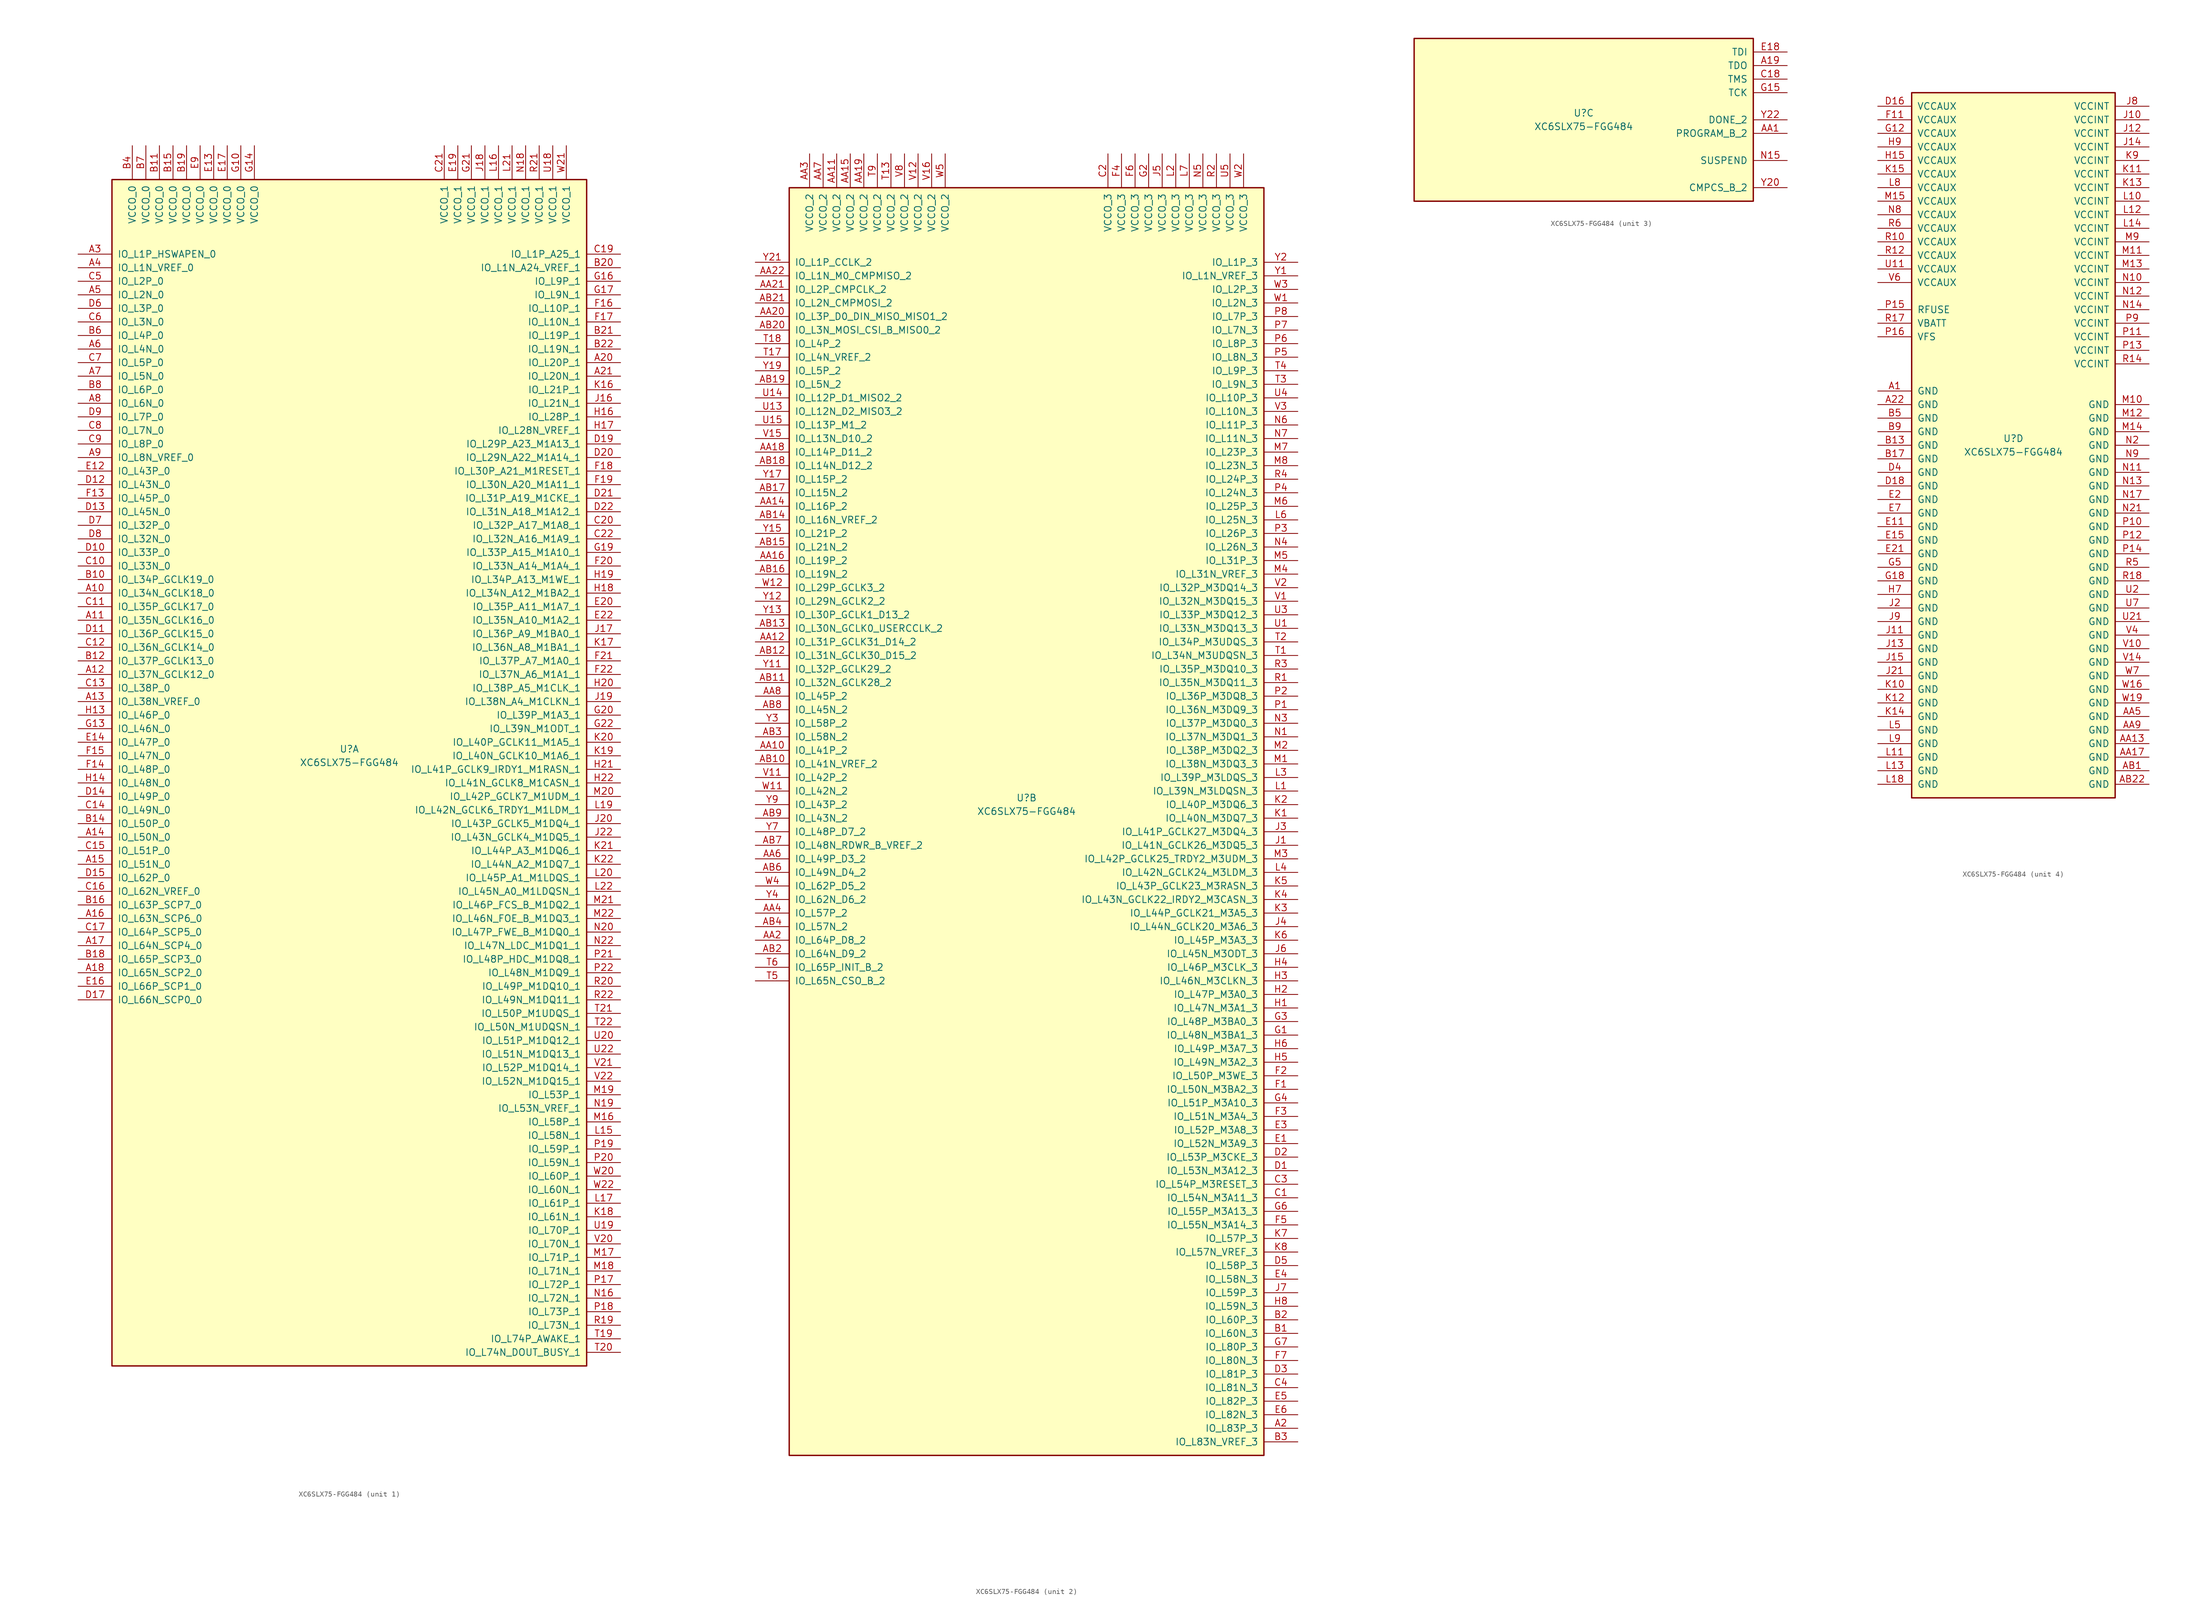
<source format=kicad_sym>
(kicad_symbol_lib
  (version 20201005)
  (generator kicad_symbol_editor)
  (symbol "XC6SLX75-FGG484"
    (pin_names
      (offset 1.016))
    (property "Reference" "U"
      (at 0 1.27 0)
      (effects (font (size 1.27 1.27))))
    (property "Value" "XC6SLX75-FGG484"
      (at 0 -1.27 0)
      (effects (font (size 1.27 1.27))))
    (property "Datasheet" ""
      (at 0 0 0)
      (effects (font (size 1.27 1.27))))
    (property "ki_locked" ""
      (at 0 0 0)
      (effects (font (size 1.27 1.27))))
    (symbol "XC6SLX75-FGG484_1_1"
      (rectangle (start -44.45 107.95) (end 44.45 -114.3) (stroke (width 0.254)) (fill (type background)))
      (pin power_in line (at -40.64 114.3 270) (length 6.35) (name "VCCO_0" (effects (font (size 1.27 1.27)))) (number "B4" (effects (font (size 1.27 1.27)))))
      (pin power_in line (at -38.1 114.3 270) (length 6.35) (name "VCCO_0" (effects (font (size 1.27 1.27)))) (number "B7" (effects (font (size 1.27 1.27)))))
      (pin power_in line (at -35.56 114.3 270) (length 6.35) (name "VCCO_0" (effects (font (size 1.27 1.27)))) (number "B11" (effects (font (size 1.27 1.27)))))
      (pin power_in line (at -33.02 114.3 270) (length 6.35) (name "VCCO_0" (effects (font (size 1.27 1.27)))) (number "B15" (effects (font (size 1.27 1.27)))))
      (pin power_in line (at -30.48 114.3 270) (length 6.35) (name "VCCO_0" (effects (font (size 1.27 1.27)))) (number "B19" (effects (font (size 1.27 1.27)))))
      (pin power_in line (at -27.94 114.3 270) (length 6.35) (name "VCCO_0" (effects (font (size 1.27 1.27)))) (number "E9" (effects (font (size 1.27 1.27)))))
      (pin power_in line (at -25.4 114.3 270) (length 6.35) (name "VCCO_0" (effects (font (size 1.27 1.27)))) (number "E13" (effects (font (size 1.27 1.27)))))
      (pin power_in line (at -22.86 114.3 270) (length 6.35) (name "VCCO_0" (effects (font (size 1.27 1.27)))) (number "E17" (effects (font (size 1.27 1.27)))))
      (pin power_in line (at -20.32 114.3 270) (length 6.35) (name "VCCO_0" (effects (font (size 1.27 1.27)))) (number "G10" (effects (font (size 1.27 1.27)))))
      (pin power_in line (at -17.78 114.3 270) (length 6.35) (name "VCCO_0" (effects (font (size 1.27 1.27)))) (number "G14" (effects (font (size 1.27 1.27)))))
      (pin bidirectional line (at -50.8 93.98 0) (length 6.35) (name "IO_L1P_HSWAPEN_0" (effects (font (size 1.27 1.27)))) (number "A3" (effects (font (size 1.27 1.27)))))
      (pin bidirectional line (at -50.8 91.44 0) (length 6.35) (name "IO_L1N_VREF_0" (effects (font (size 1.27 1.27)))) (number "A4" (effects (font (size 1.27 1.27)))))
      (pin bidirectional line (at -50.8 88.9 0) (length 6.35) (name "IO_L2P_0" (effects (font (size 1.27 1.27)))) (number "C5" (effects (font (size 1.27 1.27)))))
      (pin bidirectional line (at -50.8 86.36 0) (length 6.35) (name "IO_L2N_0" (effects (font (size 1.27 1.27)))) (number "A5" (effects (font (size 1.27 1.27)))))
      (pin bidirectional line (at -50.8 83.82 0) (length 6.35) (name "IO_L3P_0" (effects (font (size 1.27 1.27)))) (number "D6" (effects (font (size 1.27 1.27)))))
      (pin bidirectional line (at -50.8 81.28 0) (length 6.35) (name "IO_L3N_0" (effects (font (size 1.27 1.27)))) (number "C6" (effects (font (size 1.27 1.27)))))
      (pin bidirectional line (at -50.8 78.74 0) (length 6.35) (name "IO_L4P_0" (effects (font (size 1.27 1.27)))) (number "B6" (effects (font (size 1.27 1.27)))))
      (pin bidirectional line (at -50.8 76.2 0) (length 6.35) (name "IO_L4N_0" (effects (font (size 1.27 1.27)))) (number "A6" (effects (font (size 1.27 1.27)))))
      (pin bidirectional line (at -50.8 73.66 0) (length 6.35) (name "IO_L5P_0" (effects (font (size 1.27 1.27)))) (number "C7" (effects (font (size 1.27 1.27)))))
      (pin bidirectional line (at -50.8 71.12 0) (length 6.35) (name "IO_L5N_0" (effects (font (size 1.27 1.27)))) (number "A7" (effects (font (size 1.27 1.27)))))
      (pin bidirectional line (at -50.8 68.58 0) (length 6.35) (name "IO_L6P_0" (effects (font (size 1.27 1.27)))) (number "B8" (effects (font (size 1.27 1.27)))))
      (pin bidirectional line (at -50.8 66.04 0) (length 6.35) (name "IO_L6N_0" (effects (font (size 1.27 1.27)))) (number "A8" (effects (font (size 1.27 1.27)))))
      (pin bidirectional line (at -50.8 63.5 0) (length 6.35) (name "IO_L7P_0" (effects (font (size 1.27 1.27)))) (number "D9" (effects (font (size 1.27 1.27)))))
      (pin bidirectional line (at -50.8 60.96 0) (length 6.35) (name "IO_L7N_0" (effects (font (size 1.27 1.27)))) (number "C8" (effects (font (size 1.27 1.27)))))
      (pin bidirectional line (at -50.8 58.42 0) (length 6.35) (name "IO_L8P_0" (effects (font (size 1.27 1.27)))) (number "C9" (effects (font (size 1.27 1.27)))))
      (pin bidirectional line (at -50.8 55.88 0) (length 6.35) (name "IO_L8N_VREF_0" (effects (font (size 1.27 1.27)))) (number "A9" (effects (font (size 1.27 1.27)))))
      (pin bidirectional line (at -50.8 53.34 0) (length 6.35) (name "IO_L43P_0" (effects (font (size 1.27 1.27)))) (number "E12" (effects (font (size 1.27 1.27)))))
      (pin bidirectional line (at -50.8 50.8 0) (length 6.35) (name "IO_L43N_0" (effects (font (size 1.27 1.27)))) (number "D12" (effects (font (size 1.27 1.27)))))
      (pin bidirectional line (at -50.8 48.26 0) (length 6.35) (name "IO_L45P_0" (effects (font (size 1.27 1.27)))) (number "F13" (effects (font (size 1.27 1.27)))))
      (pin bidirectional line (at -50.8 45.72 0) (length 6.35) (name "IO_L45N_0" (effects (font (size 1.27 1.27)))) (number "D13" (effects (font (size 1.27 1.27)))))
      (pin bidirectional line (at -50.8 43.18 0) (length 6.35) (name "IO_L32P_0" (effects (font (size 1.27 1.27)))) (number "D7" (effects (font (size 1.27 1.27)))))
      (pin bidirectional line (at -50.8 40.64 0) (length 6.35) (name "IO_L32N_0" (effects (font (size 1.27 1.27)))) (number "D8" (effects (font (size 1.27 1.27)))))
      (pin bidirectional line (at -50.8 38.1 0) (length 6.35) (name "IO_L33P_0" (effects (font (size 1.27 1.27)))) (number "D10" (effects (font (size 1.27 1.27)))))
      (pin bidirectional line (at -50.8 35.56 0) (length 6.35) (name "IO_L33N_0" (effects (font (size 1.27 1.27)))) (number "C10" (effects (font (size 1.27 1.27)))))
      (pin bidirectional line (at -50.8 33.02 0) (length 6.35) (name "IO_L34P_GCLK19_0" (effects (font (size 1.27 1.27)))) (number "B10" (effects (font (size 1.27 1.27)))))
      (pin bidirectional line (at -50.8 30.48 0) (length 6.35) (name "IO_L34N_GCLK18_0" (effects (font (size 1.27 1.27)))) (number "A10" (effects (font (size 1.27 1.27)))))
      (pin bidirectional line (at -50.8 27.94 0) (length 6.35) (name "IO_L35P_GCLK17_0" (effects (font (size 1.27 1.27)))) (number "C11" (effects (font (size 1.27 1.27)))))
      (pin bidirectional line (at -50.8 25.4 0) (length 6.35) (name "IO_L35N_GCLK16_0" (effects (font (size 1.27 1.27)))) (number "A11" (effects (font (size 1.27 1.27)))))
      (pin bidirectional line (at -50.8 22.86 0) (length 6.35) (name "IO_L36P_GCLK15_0" (effects (font (size 1.27 1.27)))) (number "D11" (effects (font (size 1.27 1.27)))))
      (pin bidirectional line (at -50.8 20.32 0) (length 6.35) (name "IO_L36N_GCLK14_0" (effects (font (size 1.27 1.27)))) (number "C12" (effects (font (size 1.27 1.27)))))
      (pin bidirectional line (at -50.8 17.78 0) (length 6.35) (name "IO_L37P_GCLK13_0" (effects (font (size 1.27 1.27)))) (number "B12" (effects (font (size 1.27 1.27)))))
      (pin bidirectional line (at -50.8 15.24 0) (length 6.35) (name "IO_L37N_GCLK12_0" (effects (font (size 1.27 1.27)))) (number "A12" (effects (font (size 1.27 1.27)))))
      (pin bidirectional line (at -50.8 12.7 0) (length 6.35) (name "IO_L38P_0" (effects (font (size 1.27 1.27)))) (number "C13" (effects (font (size 1.27 1.27)))))
      (pin bidirectional line (at -50.8 10.16 0) (length 6.35) (name "IO_L38N_VREF_0" (effects (font (size 1.27 1.27)))) (number "A13" (effects (font (size 1.27 1.27)))))
      (pin bidirectional line (at -50.8 7.62 0) (length 6.35) (name "IO_L46P_0" (effects (font (size 1.27 1.27)))) (number "H13" (effects (font (size 1.27 1.27)))))
      (pin bidirectional line (at -50.8 5.08 0) (length 6.35) (name "IO_L46N_0" (effects (font (size 1.27 1.27)))) (number "G13" (effects (font (size 1.27 1.27)))))
      (pin bidirectional line (at -50.8 2.54 0) (length 6.35) (name "IO_L47P_0" (effects (font (size 1.27 1.27)))) (number "E14" (effects (font (size 1.27 1.27)))))
      (pin bidirectional line (at -50.8 0 0) (length 6.35) (name "IO_L47N_0" (effects (font (size 1.27 1.27)))) (number "F15" (effects (font (size 1.27 1.27)))))
      (pin bidirectional line (at -50.8 -2.54 0) (length 6.35) (name "IO_L48P_0" (effects (font (size 1.27 1.27)))) (number "F14" (effects (font (size 1.27 1.27)))))
      (pin bidirectional line (at -50.8 -5.08 0) (length 6.35) (name "IO_L48N_0" (effects (font (size 1.27 1.27)))) (number "H14" (effects (font (size 1.27 1.27)))))
      (pin bidirectional line (at -50.8 -7.62 0) (length 6.35) (name "IO_L49P_0" (effects (font (size 1.27 1.27)))) (number "D14" (effects (font (size 1.27 1.27)))))
      (pin bidirectional line (at -50.8 -10.16 0) (length 6.35) (name "IO_L49N_0" (effects (font (size 1.27 1.27)))) (number "C14" (effects (font (size 1.27 1.27)))))
      (pin bidirectional line (at -50.8 -12.7 0) (length 6.35) (name "IO_L50P_0" (effects (font (size 1.27 1.27)))) (number "B14" (effects (font (size 1.27 1.27)))))
      (pin bidirectional line (at -50.8 -15.24 0) (length 6.35) (name "IO_L50N_0" (effects (font (size 1.27 1.27)))) (number "A14" (effects (font (size 1.27 1.27)))))
      (pin bidirectional line (at -50.8 -17.78 0) (length 6.35) (name "IO_L51P_0" (effects (font (size 1.27 1.27)))) (number "C15" (effects (font (size 1.27 1.27)))))
      (pin bidirectional line (at -50.8 -20.32 0) (length 6.35) (name "IO_L51N_0" (effects (font (size 1.27 1.27)))) (number "A15" (effects (font (size 1.27 1.27)))))
      (pin bidirectional line (at -50.8 -22.86 0) (length 6.35) (name "IO_L62P_0" (effects (font (size 1.27 1.27)))) (number "D15" (effects (font (size 1.27 1.27)))))
      (pin bidirectional line (at -50.8 -25.4 0) (length 6.35) (name "IO_L62N_VREF_0" (effects (font (size 1.27 1.27)))) (number "C16" (effects (font (size 1.27 1.27)))))
      (pin bidirectional line (at -50.8 -27.94 0) (length 6.35) (name "IO_L63P_SCP7_0" (effects (font (size 1.27 1.27)))) (number "B16" (effects (font (size 1.27 1.27)))))
      (pin bidirectional line (at -50.8 -30.48 0) (length 6.35) (name "IO_L63N_SCP6_0" (effects (font (size 1.27 1.27)))) (number "A16" (effects (font (size 1.27 1.27)))))
      (pin bidirectional line (at -50.8 -33.02 0) (length 6.35) (name "IO_L64P_SCP5_0" (effects (font (size 1.27 1.27)))) (number "C17" (effects (font (size 1.27 1.27)))))
      (pin bidirectional line (at -50.8 -35.56 0) (length 6.35) (name "IO_L64N_SCP4_0" (effects (font (size 1.27 1.27)))) (number "A17" (effects (font (size 1.27 1.27)))))
      (pin bidirectional line (at -50.8 -38.1 0) (length 6.35) (name "IO_L65P_SCP3_0" (effects (font (size 1.27 1.27)))) (number "B18" (effects (font (size 1.27 1.27)))))
      (pin bidirectional line (at -50.8 -40.64 0) (length 6.35) (name "IO_L65N_SCP2_0" (effects (font (size 1.27 1.27)))) (number "A18" (effects (font (size 1.27 1.27)))))
      (pin bidirectional line (at -50.8 -43.18 0) (length 6.35) (name "IO_L66P_SCP1_0" (effects (font (size 1.27 1.27)))) (number "E16" (effects (font (size 1.27 1.27)))))
      (pin bidirectional line (at -50.8 -45.72 0) (length 6.35) (name "IO_L66N_SCP0_0" (effects (font (size 1.27 1.27)))) (number "D17" (effects (font (size 1.27 1.27)))))
      (pin power_in line (at 17.78 114.3 270) (length 6.35) (name "VCCO_1" (effects (font (size 1.27 1.27)))) (number "C21" (effects (font (size 1.27 1.27)))))
      (pin power_in line (at 20.32 114.3 270) (length 6.35) (name "VCCO_1" (effects (font (size 1.27 1.27)))) (number "E19" (effects (font (size 1.27 1.27)))))
      (pin power_in line (at 22.86 114.3 270) (length 6.35) (name "VCCO_1" (effects (font (size 1.27 1.27)))) (number "G21" (effects (font (size 1.27 1.27)))))
      (pin power_in line (at 25.4 114.3 270) (length 6.35) (name "VCCO_1" (effects (font (size 1.27 1.27)))) (number "J18" (effects (font (size 1.27 1.27)))))
      (pin power_in line (at 27.94 114.3 270) (length 6.35) (name "VCCO_1" (effects (font (size 1.27 1.27)))) (number "L16" (effects (font (size 1.27 1.27)))))
      (pin power_in line (at 30.48 114.3 270) (length 6.35) (name "VCCO_1" (effects (font (size 1.27 1.27)))) (number "L21" (effects (font (size 1.27 1.27)))))
      (pin power_in line (at 33.02 114.3 270) (length 6.35) (name "VCCO_1" (effects (font (size 1.27 1.27)))) (number "N18" (effects (font (size 1.27 1.27)))))
      (pin power_in line (at 35.56 114.3 270) (length 6.35) (name "VCCO_1" (effects (font (size 1.27 1.27)))) (number "R21" (effects (font (size 1.27 1.27)))))
      (pin power_in line (at 38.1 114.3 270) (length 6.35) (name "VCCO_1" (effects (font (size 1.27 1.27)))) (number "U18" (effects (font (size 1.27 1.27)))))
      (pin power_in line (at 40.64 114.3 270) (length 6.35) (name "VCCO_1" (effects (font (size 1.27 1.27)))) (number "W21" (effects (font (size 1.27 1.27)))))
      (pin bidirectional line (at 50.8 93.98 180) (length 6.35) (name "IO_L1P_A25_1" (effects (font (size 1.27 1.27)))) (number "C19" (effects (font (size 1.27 1.27)))))
      (pin bidirectional line (at 50.8 91.44 180) (length 6.35) (name "IO_L1N_A24_VREF_1" (effects (font (size 1.27 1.27)))) (number "B20" (effects (font (size 1.27 1.27)))))
      (pin bidirectional line (at 50.8 88.9 180) (length 6.35) (name "IO_L9P_1" (effects (font (size 1.27 1.27)))) (number "G16" (effects (font (size 1.27 1.27)))))
      (pin bidirectional line (at 50.8 86.36 180) (length 6.35) (name "IO_L9N_1" (effects (font (size 1.27 1.27)))) (number "G17" (effects (font (size 1.27 1.27)))))
      (pin bidirectional line (at 50.8 83.82 180) (length 6.35) (name "IO_L10P_1" (effects (font (size 1.27 1.27)))) (number "F16" (effects (font (size 1.27 1.27)))))
      (pin bidirectional line (at 50.8 81.28 180) (length 6.35) (name "IO_L10N_1" (effects (font (size 1.27 1.27)))) (number "F17" (effects (font (size 1.27 1.27)))))
      (pin bidirectional line (at 50.8 78.74 180) (length 6.35) (name "IO_L19P_1" (effects (font (size 1.27 1.27)))) (number "B21" (effects (font (size 1.27 1.27)))))
      (pin bidirectional line (at 50.8 76.2 180) (length 6.35) (name "IO_L19N_1" (effects (font (size 1.27 1.27)))) (number "B22" (effects (font (size 1.27 1.27)))))
      (pin bidirectional line (at 50.8 73.66 180) (length 6.35) (name "IO_L20P_1" (effects (font (size 1.27 1.27)))) (number "A20" (effects (font (size 1.27 1.27)))))
      (pin bidirectional line (at 50.8 71.12 180) (length 6.35) (name "IO_L20N_1" (effects (font (size 1.27 1.27)))) (number "A21" (effects (font (size 1.27 1.27)))))
      (pin bidirectional line (at 50.8 68.58 180) (length 6.35) (name "IO_L21P_1" (effects (font (size 1.27 1.27)))) (number "K16" (effects (font (size 1.27 1.27)))))
      (pin bidirectional line (at 50.8 66.04 180) (length 6.35) (name "IO_L21N_1" (effects (font (size 1.27 1.27)))) (number "J16" (effects (font (size 1.27 1.27)))))
      (pin bidirectional line (at 50.8 63.5 180) (length 6.35) (name "IO_L28P_1" (effects (font (size 1.27 1.27)))) (number "H16" (effects (font (size 1.27 1.27)))))
      (pin bidirectional line (at 50.8 60.96 180) (length 6.35) (name "IO_L28N_VREF_1" (effects (font (size 1.27 1.27)))) (number "H17" (effects (font (size 1.27 1.27)))))
      (pin bidirectional line (at 50.8 58.42 180) (length 6.35) (name "IO_L29P_A23_M1A13_1" (effects (font (size 1.27 1.27)))) (number "D19" (effects (font (size 1.27 1.27)))))
      (pin bidirectional line (at 50.8 55.88 180) (length 6.35) (name "IO_L29N_A22_M1A14_1" (effects (font (size 1.27 1.27)))) (number "D20" (effects (font (size 1.27 1.27)))))
      (pin bidirectional line (at 50.8 53.34 180) (length 6.35) (name "IO_L30P_A21_M1RESET_1" (effects (font (size 1.27 1.27)))) (number "F18" (effects (font (size 1.27 1.27)))))
      (pin bidirectional line (at 50.8 50.8 180) (length 6.35) (name "IO_L30N_A20_M1A11_1" (effects (font (size 1.27 1.27)))) (number "F19" (effects (font (size 1.27 1.27)))))
      (pin bidirectional line (at 50.8 48.26 180) (length 6.35) (name "IO_L31P_A19_M1CKE_1" (effects (font (size 1.27 1.27)))) (number "D21" (effects (font (size 1.27 1.27)))))
      (pin bidirectional line (at 50.8 45.72 180) (length 6.35) (name "IO_L31N_A18_M1A12_1" (effects (font (size 1.27 1.27)))) (number "D22" (effects (font (size 1.27 1.27)))))
      (pin bidirectional line (at 50.8 43.18 180) (length 6.35) (name "IO_L32P_A17_M1A8_1" (effects (font (size 1.27 1.27)))) (number "C20" (effects (font (size 1.27 1.27)))))
      (pin bidirectional line (at 50.8 40.64 180) (length 6.35) (name "IO_L32N_A16_M1A9_1" (effects (font (size 1.27 1.27)))) (number "C22" (effects (font (size 1.27 1.27)))))
      (pin bidirectional line (at 50.8 38.1 180) (length 6.35) (name "IO_L33P_A15_M1A10_1" (effects (font (size 1.27 1.27)))) (number "G19" (effects (font (size 1.27 1.27)))))
      (pin bidirectional line (at 50.8 35.56 180) (length 6.35) (name "IO_L33N_A14_M1A4_1" (effects (font (size 1.27 1.27)))) (number "F20" (effects (font (size 1.27 1.27)))))
      (pin bidirectional line (at 50.8 33.02 180) (length 6.35) (name "IO_L34P_A13_M1WE_1" (effects (font (size 1.27 1.27)))) (number "H19" (effects (font (size 1.27 1.27)))))
      (pin bidirectional line (at 50.8 30.48 180) (length 6.35) (name "IO_L34N_A12_M1BA2_1" (effects (font (size 1.27 1.27)))) (number "H18" (effects (font (size 1.27 1.27)))))
      (pin bidirectional line (at 50.8 27.94 180) (length 6.35) (name "IO_L35P_A11_M1A7_1" (effects (font (size 1.27 1.27)))) (number "E20" (effects (font (size 1.27 1.27)))))
      (pin bidirectional line (at 50.8 25.4 180) (length 6.35) (name "IO_L35N_A10_M1A2_1" (effects (font (size 1.27 1.27)))) (number "E22" (effects (font (size 1.27 1.27)))))
      (pin bidirectional line (at 50.8 22.86 180) (length 6.35) (name "IO_L36P_A9_M1BA0_1" (effects (font (size 1.27 1.27)))) (number "J17" (effects (font (size 1.27 1.27)))))
      (pin bidirectional line (at 50.8 20.32 180) (length 6.35) (name "IO_L36N_A8_M1BA1_1" (effects (font (size 1.27 1.27)))) (number "K17" (effects (font (size 1.27 1.27)))))
      (pin bidirectional line (at 50.8 17.78 180) (length 6.35) (name "IO_L37P_A7_M1A0_1" (effects (font (size 1.27 1.27)))) (number "F21" (effects (font (size 1.27 1.27)))))
      (pin bidirectional line (at 50.8 15.24 180) (length 6.35) (name "IO_L37N_A6_M1A1_1" (effects (font (size 1.27 1.27)))) (number "F22" (effects (font (size 1.27 1.27)))))
      (pin bidirectional line (at 50.8 12.7 180) (length 6.35) (name "IO_L38P_A5_M1CLK_1" (effects (font (size 1.27 1.27)))) (number "H20" (effects (font (size 1.27 1.27)))))
      (pin bidirectional line (at 50.8 10.16 180) (length 6.35) (name "IO_L38N_A4_M1CLKN_1" (effects (font (size 1.27 1.27)))) (number "J19" (effects (font (size 1.27 1.27)))))
      (pin bidirectional line (at 50.8 7.62 180) (length 6.35) (name "IO_L39P_M1A3_1" (effects (font (size 1.27 1.27)))) (number "G20" (effects (font (size 1.27 1.27)))))
      (pin bidirectional line (at 50.8 5.08 180) (length 6.35) (name "IO_L39N_M1ODT_1" (effects (font (size 1.27 1.27)))) (number "G22" (effects (font (size 1.27 1.27)))))
      (pin bidirectional line (at 50.8 2.54 180) (length 6.35) (name "IO_L40P_GCLK11_M1A5_1" (effects (font (size 1.27 1.27)))) (number "K20" (effects (font (size 1.27 1.27)))))
      (pin bidirectional line (at 50.8 0 180) (length 6.35) (name "IO_L40N_GCLK10_M1A6_1" (effects (font (size 1.27 1.27)))) (number "K19" (effects (font (size 1.27 1.27)))))
      (pin bidirectional line (at 50.8 -2.54 180) (length 6.35) (name "IO_L41P_GCLK9_IRDY1_M1RASN_1" (effects (font (size 1.27 1.27)))) (number "H21" (effects (font (size 1.27 1.27)))))
      (pin bidirectional line (at 50.8 -5.08 180) (length 6.35) (name "IO_L41N_GCLK8_M1CASN_1" (effects (font (size 1.27 1.27)))) (number "H22" (effects (font (size 1.27 1.27)))))
      (pin bidirectional line (at 50.8 -7.62 180) (length 6.35) (name "IO_L42P_GCLK7_M1UDM_1" (effects (font (size 1.27 1.27)))) (number "M20" (effects (font (size 1.27 1.27)))))
      (pin bidirectional line (at 50.8 -10.16 180) (length 6.35) (name "IO_L42N_GCLK6_TRDY1_M1LDM_1" (effects (font (size 1.27 1.27)))) (number "L19" (effects (font (size 1.27 1.27)))))
      (pin bidirectional line (at 50.8 -12.7 180) (length 6.35) (name "IO_L43P_GCLK5_M1DQ4_1" (effects (font (size 1.27 1.27)))) (number "J20" (effects (font (size 1.27 1.27)))))
      (pin bidirectional line (at 50.8 -15.24 180) (length 6.35) (name "IO_L43N_GCLK4_M1DQ5_1" (effects (font (size 1.27 1.27)))) (number "J22" (effects (font (size 1.27 1.27)))))
      (pin bidirectional line (at 50.8 -17.78 180) (length 6.35) (name "IO_L44P_A3_M1DQ6_1" (effects (font (size 1.27 1.27)))) (number "K21" (effects (font (size 1.27 1.27)))))
      (pin bidirectional line (at 50.8 -20.32 180) (length 6.35) (name "IO_L44N_A2_M1DQ7_1" (effects (font (size 1.27 1.27)))) (number "K22" (effects (font (size 1.27 1.27)))))
      (pin bidirectional line (at 50.8 -22.86 180) (length 6.35) (name "IO_L45P_A1_M1LDQS_1" (effects (font (size 1.27 1.27)))) (number "L20" (effects (font (size 1.27 1.27)))))
      (pin bidirectional line (at 50.8 -25.4 180) (length 6.35) (name "IO_L45N_A0_M1LDQSN_1" (effects (font (size 1.27 1.27)))) (number "L22" (effects (font (size 1.27 1.27)))))
      (pin bidirectional line (at 50.8 -27.94 180) (length 6.35) (name "IO_L46P_FCS_B_M1DQ2_1" (effects (font (size 1.27 1.27)))) (number "M21" (effects (font (size 1.27 1.27)))))
      (pin bidirectional line (at 50.8 -30.48 180) (length 6.35) (name "IO_L46N_FOE_B_M1DQ3_1" (effects (font (size 1.27 1.27)))) (number "M22" (effects (font (size 1.27 1.27)))))
      (pin bidirectional line (at 50.8 -33.02 180) (length 6.35) (name "IO_L47P_FWE_B_M1DQ0_1" (effects (font (size 1.27 1.27)))) (number "N20" (effects (font (size 1.27 1.27)))))
      (pin bidirectional line (at 50.8 -35.56 180) (length 6.35) (name "IO_L47N_LDC_M1DQ1_1" (effects (font (size 1.27 1.27)))) (number "N22" (effects (font (size 1.27 1.27)))))
      (pin bidirectional line (at 50.8 -38.1 180) (length 6.35) (name "IO_L48P_HDC_M1DQ8_1" (effects (font (size 1.27 1.27)))) (number "P21" (effects (font (size 1.27 1.27)))))
      (pin bidirectional line (at 50.8 -40.64 180) (length 6.35) (name "IO_L48N_M1DQ9_1" (effects (font (size 1.27 1.27)))) (number "P22" (effects (font (size 1.27 1.27)))))
      (pin bidirectional line (at 50.8 -43.18 180) (length 6.35) (name "IO_L49P_M1DQ10_1" (effects (font (size 1.27 1.27)))) (number "R20" (effects (font (size 1.27 1.27)))))
      (pin bidirectional line (at 50.8 -45.72 180) (length 6.35) (name "IO_L49N_M1DQ11_1" (effects (font (size 1.27 1.27)))) (number "R22" (effects (font (size 1.27 1.27)))))
      (pin bidirectional line (at 50.8 -48.26 180) (length 6.35) (name "IO_L50P_M1UDQS_1" (effects (font (size 1.27 1.27)))) (number "T21" (effects (font (size 1.27 1.27)))))
      (pin bidirectional line (at 50.8 -50.8 180) (length 6.35) (name "IO_L50N_M1UDQSN_1" (effects (font (size 1.27 1.27)))) (number "T22" (effects (font (size 1.27 1.27)))))
      (pin bidirectional line (at 50.8 -53.34 180) (length 6.35) (name "IO_L51P_M1DQ12_1" (effects (font (size 1.27 1.27)))) (number "U20" (effects (font (size 1.27 1.27)))))
      (pin bidirectional line (at 50.8 -55.88 180) (length 6.35) (name "IO_L51N_M1DQ13_1" (effects (font (size 1.27 1.27)))) (number "U22" (effects (font (size 1.27 1.27)))))
      (pin bidirectional line (at 50.8 -58.42 180) (length 6.35) (name "IO_L52P_M1DQ14_1" (effects (font (size 1.27 1.27)))) (number "V21" (effects (font (size 1.27 1.27)))))
      (pin bidirectional line (at 50.8 -60.96 180) (length 6.35) (name "IO_L52N_M1DQ15_1" (effects (font (size 1.27 1.27)))) (number "V22" (effects (font (size 1.27 1.27)))))
      (pin bidirectional line (at 50.8 -63.5 180) (length 6.35) (name "IO_L53P_1" (effects (font (size 1.27 1.27)))) (number "M19" (effects (font (size 1.27 1.27)))))
      (pin bidirectional line (at 50.8 -66.04 180) (length 6.35) (name "IO_L53N_VREF_1" (effects (font (size 1.27 1.27)))) (number "N19" (effects (font (size 1.27 1.27)))))
      (pin bidirectional line (at 50.8 -68.58 180) (length 6.35) (name "IO_L58P_1" (effects (font (size 1.27 1.27)))) (number "M16" (effects (font (size 1.27 1.27)))))
      (pin bidirectional line (at 50.8 -71.12 180) (length 6.35) (name "IO_L58N_1" (effects (font (size 1.27 1.27)))) (number "L15" (effects (font (size 1.27 1.27)))))
      (pin bidirectional line (at 50.8 -73.66 180) (length 6.35) (name "IO_L59P_1" (effects (font (size 1.27 1.27)))) (number "P19" (effects (font (size 1.27 1.27)))))
      (pin bidirectional line (at 50.8 -76.2 180) (length 6.35) (name "IO_L59N_1" (effects (font (size 1.27 1.27)))) (number "P20" (effects (font (size 1.27 1.27)))))
      (pin bidirectional line (at 50.8 -78.74 180) (length 6.35) (name "IO_L60P_1" (effects (font (size 1.27 1.27)))) (number "W20" (effects (font (size 1.27 1.27)))))
      (pin bidirectional line (at 50.8 -81.28 180) (length 6.35) (name "IO_L60N_1" (effects (font (size 1.27 1.27)))) (number "W22" (effects (font (size 1.27 1.27)))))
      (pin bidirectional line (at 50.8 -83.82 180) (length 6.35) (name "IO_L61P_1" (effects (font (size 1.27 1.27)))) (number "L17" (effects (font (size 1.27 1.27)))))
      (pin bidirectional line (at 50.8 -86.36 180) (length 6.35) (name "IO_L61N_1" (effects (font (size 1.27 1.27)))) (number "K18" (effects (font (size 1.27 1.27)))))
      (pin bidirectional line (at 50.8 -88.9 180) (length 6.35) (name "IO_L70P_1" (effects (font (size 1.27 1.27)))) (number "U19" (effects (font (size 1.27 1.27)))))
      (pin bidirectional line (at 50.8 -91.44 180) (length 6.35) (name "IO_L70N_1" (effects (font (size 1.27 1.27)))) (number "V20" (effects (font (size 1.27 1.27)))))
      (pin bidirectional line (at 50.8 -93.98 180) (length 6.35) (name "IO_L71P_1" (effects (font (size 1.27 1.27)))) (number "M17" (effects (font (size 1.27 1.27)))))
      (pin bidirectional line (at 50.8 -96.52 180) (length 6.35) (name "IO_L71N_1" (effects (font (size 1.27 1.27)))) (number "M18" (effects (font (size 1.27 1.27)))))
      (pin bidirectional line (at 50.8 -99.06 180) (length 6.35) (name "IO_L72P_1" (effects (font (size 1.27 1.27)))) (number "P17" (effects (font (size 1.27 1.27)))))
      (pin bidirectional line (at 50.8 -101.6 180) (length 6.35) (name "IO_L72N_1" (effects (font (size 1.27 1.27)))) (number "N16" (effects (font (size 1.27 1.27)))))
      (pin bidirectional line (at 50.8 -104.14 180) (length 6.35) (name "IO_L73P_1" (effects (font (size 1.27 1.27)))) (number "P18" (effects (font (size 1.27 1.27)))))
      (pin bidirectional line (at 50.8 -106.68 180) (length 6.35) (name "IO_L73N_1" (effects (font (size 1.27 1.27)))) (number "R19" (effects (font (size 1.27 1.27)))))
      (pin bidirectional line (at 50.8 -109.22 180) (length 6.35) (name "IO_L74P_AWAKE_1" (effects (font (size 1.27 1.27)))) (number "T19" (effects (font (size 1.27 1.27)))))
      (pin bidirectional line (at 50.8 -111.76 180) (length 6.35) (name "IO_L74N_DOUT_BUSY_1" (effects (font (size 1.27 1.27)))) (number "T20" (effects (font (size 1.27 1.27))))))
    (symbol "XC6SLX75-FGG484_2_1"
      (rectangle (start -44.45 115.57) (end 44.45 -121.92) (stroke (width 0.254)) (fill (type background)))
      (pin power_in line (at -40.64 121.92 270) (length 6.35) (name "VCCO_2" (effects (font (size 1.27 1.27)))) (number "AA3" (effects (font (size 1.27 1.27)))))
      (pin power_in line (at -38.1 121.92 270) (length 6.35) (name "VCCO_2" (effects (font (size 1.27 1.27)))) (number "AA7" (effects (font (size 1.27 1.27)))))
      (pin power_in line (at -35.56 121.92 270) (length 6.35) (name "VCCO_2" (effects (font (size 1.27 1.27)))) (number "AA11" (effects (font (size 1.27 1.27)))))
      (pin power_in line (at -33.02 121.92 270) (length 6.35) (name "VCCO_2" (effects (font (size 1.27 1.27)))) (number "AA15" (effects (font (size 1.27 1.27)))))
      (pin power_in line (at -30.48 121.92 270) (length 6.35) (name "VCCO_2" (effects (font (size 1.27 1.27)))) (number "AA19" (effects (font (size 1.27 1.27)))))
      (pin power_in line (at -27.94 121.92 270) (length 6.35) (name "VCCO_2" (effects (font (size 1.27 1.27)))) (number "T9" (effects (font (size 1.27 1.27)))))
      (pin power_in line (at -25.4 121.92 270) (length 6.35) (name "VCCO_2" (effects (font (size 1.27 1.27)))) (number "T13" (effects (font (size 1.27 1.27)))))
      (pin power_in line (at -22.86 121.92 270) (length 6.35) (name "VCCO_2" (effects (font (size 1.27 1.27)))) (number "V8" (effects (font (size 1.27 1.27)))))
      (pin power_in line (at -20.32 121.92 270) (length 6.35) (name "VCCO_2" (effects (font (size 1.27 1.27)))) (number "V12" (effects (font (size 1.27 1.27)))))
      (pin power_in line (at -17.78 121.92 270) (length 6.35) (name "VCCO_2" (effects (font (size 1.27 1.27)))) (number "V16" (effects (font (size 1.27 1.27)))))
      (pin power_in line (at -15.24 121.92 270) (length 6.35) (name "VCCO_2" (effects (font (size 1.27 1.27)))) (number "W5" (effects (font (size 1.27 1.27)))))
      (pin bidirectional line (at -50.8 101.6 0) (length 6.35) (name "IO_L1P_CCLK_2" (effects (font (size 1.27 1.27)))) (number "Y21" (effects (font (size 1.27 1.27)))))
      (pin bidirectional line (at -50.8 99.06 0) (length 6.35) (name "IO_L1N_M0_CMPMISO_2" (effects (font (size 1.27 1.27)))) (number "AA22" (effects (font (size 1.27 1.27)))))
      (pin bidirectional line (at -50.8 96.52 0) (length 6.35) (name "IO_L2P_CMPCLK_2" (effects (font (size 1.27 1.27)))) (number "AA21" (effects (font (size 1.27 1.27)))))
      (pin bidirectional line (at -50.8 93.98 0) (length 6.35) (name "IO_L2N_CMPMOSI_2" (effects (font (size 1.27 1.27)))) (number "AB21" (effects (font (size 1.27 1.27)))))
      (pin bidirectional line (at -50.8 91.44 0) (length 6.35) (name "IO_L3P_D0_DIN_MISO_MISO1_2" (effects (font (size 1.27 1.27)))) (number "AA20" (effects (font (size 1.27 1.27)))))
      (pin bidirectional line (at -50.8 88.9 0) (length 6.35) (name "IO_L3N_MOSI_CSI_B_MISO0_2" (effects (font (size 1.27 1.27)))) (number "AB20" (effects (font (size 1.27 1.27)))))
      (pin bidirectional line (at -50.8 86.36 0) (length 6.35) (name "IO_L4P_2" (effects (font (size 1.27 1.27)))) (number "T18" (effects (font (size 1.27 1.27)))))
      (pin bidirectional line (at -50.8 83.82 0) (length 6.35) (name "IO_L4N_VREF_2" (effects (font (size 1.27 1.27)))) (number "T17" (effects (font (size 1.27 1.27)))))
      (pin bidirectional line (at -50.8 81.28 0) (length 6.35) (name "IO_L5P_2" (effects (font (size 1.27 1.27)))) (number "Y19" (effects (font (size 1.27 1.27)))))
      (pin bidirectional line (at -50.8 78.74 0) (length 6.35) (name "IO_L5N_2" (effects (font (size 1.27 1.27)))) (number "AB19" (effects (font (size 1.27 1.27)))))
      (pin bidirectional line (at -50.8 76.2 0) (length 6.35) (name "IO_L12P_D1_MISO2_2" (effects (font (size 1.27 1.27)))) (number "U14" (effects (font (size 1.27 1.27)))))
      (pin bidirectional line (at -50.8 73.66 0) (length 6.35) (name "IO_L12N_D2_MISO3_2" (effects (font (size 1.27 1.27)))) (number "U13" (effects (font (size 1.27 1.27)))))
      (pin bidirectional line (at -50.8 71.12 0) (length 6.35) (name "IO_L13P_M1_2" (effects (font (size 1.27 1.27)))) (number "U15" (effects (font (size 1.27 1.27)))))
      (pin bidirectional line (at -50.8 68.58 0) (length 6.35) (name "IO_L13N_D10_2" (effects (font (size 1.27 1.27)))) (number "V15" (effects (font (size 1.27 1.27)))))
      (pin bidirectional line (at -50.8 66.04 0) (length 6.35) (name "IO_L14P_D11_2" (effects (font (size 1.27 1.27)))) (number "AA18" (effects (font (size 1.27 1.27)))))
      (pin bidirectional line (at -50.8 63.5 0) (length 6.35) (name "IO_L14N_D12_2" (effects (font (size 1.27 1.27)))) (number "AB18" (effects (font (size 1.27 1.27)))))
      (pin bidirectional line (at -50.8 60.96 0) (length 6.35) (name "IO_L15P_2" (effects (font (size 1.27 1.27)))) (number "Y17" (effects (font (size 1.27 1.27)))))
      (pin bidirectional line (at -50.8 58.42 0) (length 6.35) (name "IO_L15N_2" (effects (font (size 1.27 1.27)))) (number "AB17" (effects (font (size 1.27 1.27)))))
      (pin bidirectional line (at -50.8 55.88 0) (length 6.35) (name "IO_L16P_2" (effects (font (size 1.27 1.27)))) (number "AA14" (effects (font (size 1.27 1.27)))))
      (pin bidirectional line (at -50.8 53.34 0) (length 6.35) (name "IO_L16N_VREF_2" (effects (font (size 1.27 1.27)))) (number "AB14" (effects (font (size 1.27 1.27)))))
      (pin bidirectional line (at -50.8 50.8 0) (length 6.35) (name "IO_L21P_2" (effects (font (size 1.27 1.27)))) (number "Y15" (effects (font (size 1.27 1.27)))))
      (pin bidirectional line (at -50.8 48.26 0) (length 6.35) (name "IO_L21N_2" (effects (font (size 1.27 1.27)))) (number "AB15" (effects (font (size 1.27 1.27)))))
      (pin bidirectional line (at -50.8 45.72 0) (length 6.35) (name "IO_L19P_2" (effects (font (size 1.27 1.27)))) (number "AA16" (effects (font (size 1.27 1.27)))))
      (pin bidirectional line (at -50.8 43.18 0) (length 6.35) (name "IO_L19N_2" (effects (font (size 1.27 1.27)))) (number "AB16" (effects (font (size 1.27 1.27)))))
      (pin bidirectional line (at -50.8 40.64 0) (length 6.35) (name "IO_L29P_GCLK3_2" (effects (font (size 1.27 1.27)))) (number "W12" (effects (font (size 1.27 1.27)))))
      (pin bidirectional line (at -50.8 38.1 0) (length 6.35) (name "IO_L29N_GCLK2_2" (effects (font (size 1.27 1.27)))) (number "Y12" (effects (font (size 1.27 1.27)))))
      (pin bidirectional line (at -50.8 35.56 0) (length 6.35) (name "IO_L30P_GCLK1_D13_2" (effects (font (size 1.27 1.27)))) (number "Y13" (effects (font (size 1.27 1.27)))))
      (pin bidirectional line (at -50.8 33.02 0) (length 6.35) (name "IO_L30N_GCLK0_USERCCLK_2" (effects (font (size 1.27 1.27)))) (number "AB13" (effects (font (size 1.27 1.27)))))
      (pin bidirectional line (at -50.8 30.48 0) (length 6.35) (name "IO_L31P_GCLK31_D14_2" (effects (font (size 1.27 1.27)))) (number "AA12" (effects (font (size 1.27 1.27)))))
      (pin bidirectional line (at -50.8 27.94 0) (length 6.35) (name "IO_L31N_GCLK30_D15_2" (effects (font (size 1.27 1.27)))) (number "AB12" (effects (font (size 1.27 1.27)))))
      (pin bidirectional line (at -50.8 25.4 0) (length 6.35) (name "IO_L32P_GCLK29_2" (effects (font (size 1.27 1.27)))) (number "Y11" (effects (font (size 1.27 1.27)))))
      (pin bidirectional line (at -50.8 22.86 0) (length 6.35) (name "IO_L32N_GCLK28_2" (effects (font (size 1.27 1.27)))) (number "AB11" (effects (font (size 1.27 1.27)))))
      (pin bidirectional line (at -50.8 20.32 0) (length 6.35) (name "IO_L45P_2" (effects (font (size 1.27 1.27)))) (number "AA8" (effects (font (size 1.27 1.27)))))
      (pin bidirectional line (at -50.8 17.78 0) (length 6.35) (name "IO_L45N_2" (effects (font (size 1.27 1.27)))) (number "AB8" (effects (font (size 1.27 1.27)))))
      (pin bidirectional line (at -50.8 15.24 0) (length 6.35) (name "IO_L58P_2" (effects (font (size 1.27 1.27)))) (number "Y3" (effects (font (size 1.27 1.27)))))
      (pin bidirectional line (at -50.8 12.7 0) (length 6.35) (name "IO_L58N_2" (effects (font (size 1.27 1.27)))) (number "AB3" (effects (font (size 1.27 1.27)))))
      (pin bidirectional line (at -50.8 10.16 0) (length 6.35) (name "IO_L41P_2" (effects (font (size 1.27 1.27)))) (number "AA10" (effects (font (size 1.27 1.27)))))
      (pin bidirectional line (at -50.8 7.62 0) (length 6.35) (name "IO_L41N_VREF_2" (effects (font (size 1.27 1.27)))) (number "AB10" (effects (font (size 1.27 1.27)))))
      (pin bidirectional line (at -50.8 5.08 0) (length 6.35) (name "IO_L42P_2" (effects (font (size 1.27 1.27)))) (number "V11" (effects (font (size 1.27 1.27)))))
      (pin bidirectional line (at -50.8 2.54 0) (length 6.35) (name "IO_L42N_2" (effects (font (size 1.27 1.27)))) (number "W11" (effects (font (size 1.27 1.27)))))
      (pin bidirectional line (at -50.8 0 0) (length 6.35) (name "IO_L43P_2" (effects (font (size 1.27 1.27)))) (number "Y9" (effects (font (size 1.27 1.27)))))
      (pin bidirectional line (at -50.8 -2.54 0) (length 6.35) (name "IO_L43N_2" (effects (font (size 1.27 1.27)))) (number "AB9" (effects (font (size 1.27 1.27)))))
      (pin bidirectional line (at -50.8 -5.08 0) (length 6.35) (name "IO_L48P_D7_2" (effects (font (size 1.27 1.27)))) (number "Y7" (effects (font (size 1.27 1.27)))))
      (pin bidirectional line (at -50.8 -7.62 0) (length 6.35) (name "IO_L48N_RDWR_B_VREF_2" (effects (font (size 1.27 1.27)))) (number "AB7" (effects (font (size 1.27 1.27)))))
      (pin bidirectional line (at -50.8 -10.16 0) (length 6.35) (name "IO_L49P_D3_2" (effects (font (size 1.27 1.27)))) (number "AA6" (effects (font (size 1.27 1.27)))))
      (pin bidirectional line (at -50.8 -12.7 0) (length 6.35) (name "IO_L49N_D4_2" (effects (font (size 1.27 1.27)))) (number "AB6" (effects (font (size 1.27 1.27)))))
      (pin bidirectional line (at -50.8 -15.24 0) (length 6.35) (name "IO_L62P_D5_2" (effects (font (size 1.27 1.27)))) (number "W4" (effects (font (size 1.27 1.27)))))
      (pin bidirectional line (at -50.8 -17.78 0) (length 6.35) (name "IO_L62N_D6_2" (effects (font (size 1.27 1.27)))) (number "Y4" (effects (font (size 1.27 1.27)))))
      (pin bidirectional line (at -50.8 -20.32 0) (length 6.35) (name "IO_L57P_2" (effects (font (size 1.27 1.27)))) (number "AA4" (effects (font (size 1.27 1.27)))))
      (pin bidirectional line (at -50.8 -22.86 0) (length 6.35) (name "IO_L57N_2" (effects (font (size 1.27 1.27)))) (number "AB4" (effects (font (size 1.27 1.27)))))
      (pin bidirectional line (at -50.8 -25.4 0) (length 6.35) (name "IO_L64P_D8_2" (effects (font (size 1.27 1.27)))) (number "AA2" (effects (font (size 1.27 1.27)))))
      (pin bidirectional line (at -50.8 -27.94 0) (length 6.35) (name "IO_L64N_D9_2" (effects (font (size 1.27 1.27)))) (number "AB2" (effects (font (size 1.27 1.27)))))
      (pin bidirectional line (at -50.8 -30.48 0) (length 6.35) (name "IO_L65P_INIT_B_2" (effects (font (size 1.27 1.27)))) (number "T6" (effects (font (size 1.27 1.27)))))
      (pin bidirectional line (at -50.8 -33.02 0) (length 6.35) (name "IO_L65N_CSO_B_2" (effects (font (size 1.27 1.27)))) (number "T5" (effects (font (size 1.27 1.27)))))
      (pin power_in line (at 15.24 121.92 270) (length 6.35) (name "VCCO_3" (effects (font (size 1.27 1.27)))) (number "C2" (effects (font (size 1.27 1.27)))))
      (pin power_in line (at 17.78 121.92 270) (length 6.35) (name "VCCO_3" (effects (font (size 1.27 1.27)))) (number "F4" (effects (font (size 1.27 1.27)))))
      (pin power_in line (at 20.32 121.92 270) (length 6.35) (name "VCCO_3" (effects (font (size 1.27 1.27)))) (number "F6" (effects (font (size 1.27 1.27)))))
      (pin power_in line (at 22.86 121.92 270) (length 6.35) (name "VCCO_3" (effects (font (size 1.27 1.27)))) (number "G2" (effects (font (size 1.27 1.27)))))
      (pin power_in line (at 25.4 121.92 270) (length 6.35) (name "VCCO_3" (effects (font (size 1.27 1.27)))) (number "J5" (effects (font (size 1.27 1.27)))))
      (pin power_in line (at 27.94 121.92 270) (length 6.35) (name "VCCO_3" (effects (font (size 1.27 1.27)))) (number "L2" (effects (font (size 1.27 1.27)))))
      (pin power_in line (at 30.48 121.92 270) (length 6.35) (name "VCCO_3" (effects (font (size 1.27 1.27)))) (number "L7" (effects (font (size 1.27 1.27)))))
      (pin power_in line (at 33.02 121.92 270) (length 6.35) (name "VCCO_3" (effects (font (size 1.27 1.27)))) (number "N5" (effects (font (size 1.27 1.27)))))
      (pin power_in line (at 35.56 121.92 270) (length 6.35) (name "VCCO_3" (effects (font (size 1.27 1.27)))) (number "R2" (effects (font (size 1.27 1.27)))))
      (pin power_in line (at 38.1 121.92 270) (length 6.35) (name "VCCO_3" (effects (font (size 1.27 1.27)))) (number "U5" (effects (font (size 1.27 1.27)))))
      (pin power_in line (at 40.64 121.92 270) (length 6.35) (name "VCCO_3" (effects (font (size 1.27 1.27)))) (number "W2" (effects (font (size 1.27 1.27)))))
      (pin bidirectional line (at 50.8 101.6 180) (length 6.35) (name "IO_L1P_3" (effects (font (size 1.27 1.27)))) (number "Y2" (effects (font (size 1.27 1.27)))))
      (pin bidirectional line (at 50.8 99.06 180) (length 6.35) (name "IO_L1N_VREF_3" (effects (font (size 1.27 1.27)))) (number "Y1" (effects (font (size 1.27 1.27)))))
      (pin bidirectional line (at 50.8 96.52 180) (length 6.35) (name "IO_L2P_3" (effects (font (size 1.27 1.27)))) (number "W3" (effects (font (size 1.27 1.27)))))
      (pin bidirectional line (at 50.8 93.98 180) (length 6.35) (name "IO_L2N_3" (effects (font (size 1.27 1.27)))) (number "W1" (effects (font (size 1.27 1.27)))))
      (pin bidirectional line (at 50.8 91.44 180) (length 6.35) (name "IO_L7P_3" (effects (font (size 1.27 1.27)))) (number "P8" (effects (font (size 1.27 1.27)))))
      (pin bidirectional line (at 50.8 88.9 180) (length 6.35) (name "IO_L7N_3" (effects (font (size 1.27 1.27)))) (number "P7" (effects (font (size 1.27 1.27)))))
      (pin bidirectional line (at 50.8 86.36 180) (length 6.35) (name "IO_L8P_3" (effects (font (size 1.27 1.27)))) (number "P6" (effects (font (size 1.27 1.27)))))
      (pin bidirectional line (at 50.8 83.82 180) (length 6.35) (name "IO_L8N_3" (effects (font (size 1.27 1.27)))) (number "P5" (effects (font (size 1.27 1.27)))))
      (pin bidirectional line (at 50.8 81.28 180) (length 6.35) (name "IO_L9P_3" (effects (font (size 1.27 1.27)))) (number "T4" (effects (font (size 1.27 1.27)))))
      (pin bidirectional line (at 50.8 78.74 180) (length 6.35) (name "IO_L9N_3" (effects (font (size 1.27 1.27)))) (number "T3" (effects (font (size 1.27 1.27)))))
      (pin bidirectional line (at 50.8 76.2 180) (length 6.35) (name "IO_L10P_3" (effects (font (size 1.27 1.27)))) (number "U4" (effects (font (size 1.27 1.27)))))
      (pin bidirectional line (at 50.8 73.66 180) (length 6.35) (name "IO_L10N_3" (effects (font (size 1.27 1.27)))) (number "V3" (effects (font (size 1.27 1.27)))))
      (pin bidirectional line (at 50.8 71.12 180) (length 6.35) (name "IO_L11P_3" (effects (font (size 1.27 1.27)))) (number "N6" (effects (font (size 1.27 1.27)))))
      (pin bidirectional line (at 50.8 68.58 180) (length 6.35) (name "IO_L11N_3" (effects (font (size 1.27 1.27)))) (number "N7" (effects (font (size 1.27 1.27)))))
      (pin bidirectional line (at 50.8 66.04 180) (length 6.35) (name "IO_L23P_3" (effects (font (size 1.27 1.27)))) (number "M7" (effects (font (size 1.27 1.27)))))
      (pin bidirectional line (at 50.8 63.5 180) (length 6.35) (name "IO_L23N_3" (effects (font (size 1.27 1.27)))) (number "M8" (effects (font (size 1.27 1.27)))))
      (pin bidirectional line (at 50.8 60.96 180) (length 6.35) (name "IO_L24P_3" (effects (font (size 1.27 1.27)))) (number "R4" (effects (font (size 1.27 1.27)))))
      (pin bidirectional line (at 50.8 58.42 180) (length 6.35) (name "IO_L24N_3" (effects (font (size 1.27 1.27)))) (number "P4" (effects (font (size 1.27 1.27)))))
      (pin bidirectional line (at 50.8 55.88 180) (length 6.35) (name "IO_L25P_3" (effects (font (size 1.27 1.27)))) (number "M6" (effects (font (size 1.27 1.27)))))
      (pin bidirectional line (at 50.8 53.34 180) (length 6.35) (name "IO_L25N_3" (effects (font (size 1.27 1.27)))) (number "L6" (effects (font (size 1.27 1.27)))))
      (pin bidirectional line (at 50.8 50.8 180) (length 6.35) (name "IO_L26P_3" (effects (font (size 1.27 1.27)))) (number "P3" (effects (font (size 1.27 1.27)))))
      (pin bidirectional line (at 50.8 48.26 180) (length 6.35) (name "IO_L26N_3" (effects (font (size 1.27 1.27)))) (number "N4" (effects (font (size 1.27 1.27)))))
      (pin bidirectional line (at 50.8 45.72 180) (length 6.35) (name "IO_L31P_3" (effects (font (size 1.27 1.27)))) (number "M5" (effects (font (size 1.27 1.27)))))
      (pin bidirectional line (at 50.8 43.18 180) (length 6.35) (name "IO_L31N_VREF_3" (effects (font (size 1.27 1.27)))) (number "M4" (effects (font (size 1.27 1.27)))))
      (pin bidirectional line (at 50.8 40.64 180) (length 6.35) (name "IO_L32P_M3DQ14_3" (effects (font (size 1.27 1.27)))) (number "V2" (effects (font (size 1.27 1.27)))))
      (pin bidirectional line (at 50.8 38.1 180) (length 6.35) (name "IO_L32N_M3DQ15_3" (effects (font (size 1.27 1.27)))) (number "V1" (effects (font (size 1.27 1.27)))))
      (pin bidirectional line (at 50.8 35.56 180) (length 6.35) (name "IO_L33P_M3DQ12_3" (effects (font (size 1.27 1.27)))) (number "U3" (effects (font (size 1.27 1.27)))))
      (pin bidirectional line (at 50.8 33.02 180) (length 6.35) (name "IO_L33N_M3DQ13_3" (effects (font (size 1.27 1.27)))) (number "U1" (effects (font (size 1.27 1.27)))))
      (pin bidirectional line (at 50.8 30.48 180) (length 6.35) (name "IO_L34P_M3UDQS_3" (effects (font (size 1.27 1.27)))) (number "T2" (effects (font (size 1.27 1.27)))))
      (pin bidirectional line (at 50.8 27.94 180) (length 6.35) (name "IO_L34N_M3UDQSN_3" (effects (font (size 1.27 1.27)))) (number "T1" (effects (font (size 1.27 1.27)))))
      (pin bidirectional line (at 50.8 25.4 180) (length 6.35) (name "IO_L35P_M3DQ10_3" (effects (font (size 1.27 1.27)))) (number "R3" (effects (font (size 1.27 1.27)))))
      (pin bidirectional line (at 50.8 22.86 180) (length 6.35) (name "IO_L35N_M3DQ11_3" (effects (font (size 1.27 1.27)))) (number "R1" (effects (font (size 1.27 1.27)))))
      (pin bidirectional line (at 50.8 20.32 180) (length 6.35) (name "IO_L36P_M3DQ8_3" (effects (font (size 1.27 1.27)))) (number "P2" (effects (font (size 1.27 1.27)))))
      (pin bidirectional line (at 50.8 17.78 180) (length 6.35) (name "IO_L36N_M3DQ9_3" (effects (font (size 1.27 1.27)))) (number "P1" (effects (font (size 1.27 1.27)))))
      (pin bidirectional line (at 50.8 15.24 180) (length 6.35) (name "IO_L37P_M3DQ0_3" (effects (font (size 1.27 1.27)))) (number "N3" (effects (font (size 1.27 1.27)))))
      (pin bidirectional line (at 50.8 12.7 180) (length 6.35) (name "IO_L37N_M3DQ1_3" (effects (font (size 1.27 1.27)))) (number "N1" (effects (font (size 1.27 1.27)))))
      (pin bidirectional line (at 50.8 10.16 180) (length 6.35) (name "IO_L38P_M3DQ2_3" (effects (font (size 1.27 1.27)))) (number "M2" (effects (font (size 1.27 1.27)))))
      (pin bidirectional line (at 50.8 7.62 180) (length 6.35) (name "IO_L38N_M3DQ3_3" (effects (font (size 1.27 1.27)))) (number "M1" (effects (font (size 1.27 1.27)))))
      (pin bidirectional line (at 50.8 5.08 180) (length 6.35) (name "IO_L39P_M3LDQS_3" (effects (font (size 1.27 1.27)))) (number "L3" (effects (font (size 1.27 1.27)))))
      (pin bidirectional line (at 50.8 2.54 180) (length 6.35) (name "IO_L39N_M3LDQSN_3" (effects (font (size 1.27 1.27)))) (number "L1" (effects (font (size 1.27 1.27)))))
      (pin bidirectional line (at 50.8 0 180) (length 6.35) (name "IO_L40P_M3DQ6_3" (effects (font (size 1.27 1.27)))) (number "K2" (effects (font (size 1.27 1.27)))))
      (pin bidirectional line (at 50.8 -2.54 180) (length 6.35) (name "IO_L40N_M3DQ7_3" (effects (font (size 1.27 1.27)))) (number "K1" (effects (font (size 1.27 1.27)))))
      (pin bidirectional line (at 50.8 -5.08 180) (length 6.35) (name "IO_L41P_GCLK27_M3DQ4_3" (effects (font (size 1.27 1.27)))) (number "J3" (effects (font (size 1.27 1.27)))))
      (pin bidirectional line (at 50.8 -7.62 180) (length 6.35) (name "IO_L41N_GCLK26_M3DQ5_3" (effects (font (size 1.27 1.27)))) (number "J1" (effects (font (size 1.27 1.27)))))
      (pin bidirectional line (at 50.8 -10.16 180) (length 6.35) (name "IO_L42P_GCLK25_TRDY2_M3UDM_3" (effects (font (size 1.27 1.27)))) (number "M3" (effects (font (size 1.27 1.27)))))
      (pin bidirectional line (at 50.8 -12.7 180) (length 6.35) (name "IO_L42N_GCLK24_M3LDM_3" (effects (font (size 1.27 1.27)))) (number "L4" (effects (font (size 1.27 1.27)))))
      (pin bidirectional line (at 50.8 -15.24 180) (length 6.35) (name "IO_L43P_GCLK23_M3RASN_3" (effects (font (size 1.27 1.27)))) (number "K5" (effects (font (size 1.27 1.27)))))
      (pin bidirectional line (at 50.8 -17.78 180) (length 6.35) (name "IO_L43N_GCLK22_IRDY2_M3CASN_3" (effects (font (size 1.27 1.27)))) (number "K4" (effects (font (size 1.27 1.27)))))
      (pin bidirectional line (at 50.8 -20.32 180) (length 6.35) (name "IO_L44P_GCLK21_M3A5_3" (effects (font (size 1.27 1.27)))) (number "K3" (effects (font (size 1.27 1.27)))))
      (pin bidirectional line (at 50.8 -22.86 180) (length 6.35) (name "IO_L44N_GCLK20_M3A6_3" (effects (font (size 1.27 1.27)))) (number "J4" (effects (font (size 1.27 1.27)))))
      (pin bidirectional line (at 50.8 -25.4 180) (length 6.35) (name "IO_L45P_M3A3_3" (effects (font (size 1.27 1.27)))) (number "K6" (effects (font (size 1.27 1.27)))))
      (pin bidirectional line (at 50.8 -27.94 180) (length 6.35) (name "IO_L45N_M3ODT_3" (effects (font (size 1.27 1.27)))) (number "J6" (effects (font (size 1.27 1.27)))))
      (pin bidirectional line (at 50.8 -30.48 180) (length 6.35) (name "IO_L46P_M3CLK_3" (effects (font (size 1.27 1.27)))) (number "H4" (effects (font (size 1.27 1.27)))))
      (pin bidirectional line (at 50.8 -33.02 180) (length 6.35) (name "IO_L46N_M3CLKN_3" (effects (font (size 1.27 1.27)))) (number "H3" (effects (font (size 1.27 1.27)))))
      (pin bidirectional line (at 50.8 -35.56 180) (length 6.35) (name "IO_L47P_M3A0_3" (effects (font (size 1.27 1.27)))) (number "H2" (effects (font (size 1.27 1.27)))))
      (pin bidirectional line (at 50.8 -38.1 180) (length 6.35) (name "IO_L47N_M3A1_3" (effects (font (size 1.27 1.27)))) (number "H1" (effects (font (size 1.27 1.27)))))
      (pin bidirectional line (at 50.8 -40.64 180) (length 6.35) (name "IO_L48P_M3BA0_3" (effects (font (size 1.27 1.27)))) (number "G3" (effects (font (size 1.27 1.27)))))
      (pin bidirectional line (at 50.8 -43.18 180) (length 6.35) (name "IO_L48N_M3BA1_3" (effects (font (size 1.27 1.27)))) (number "G1" (effects (font (size 1.27 1.27)))))
      (pin bidirectional line (at 50.8 -45.72 180) (length 6.35) (name "IO_L49P_M3A7_3" (effects (font (size 1.27 1.27)))) (number "H6" (effects (font (size 1.27 1.27)))))
      (pin bidirectional line (at 50.8 -48.26 180) (length 6.35) (name "IO_L49N_M3A2_3" (effects (font (size 1.27 1.27)))) (number "H5" (effects (font (size 1.27 1.27)))))
      (pin bidirectional line (at 50.8 -50.8 180) (length 6.35) (name "IO_L50P_M3WE_3" (effects (font (size 1.27 1.27)))) (number "F2" (effects (font (size 1.27 1.27)))))
      (pin bidirectional line (at 50.8 -53.34 180) (length 6.35) (name "IO_L50N_M3BA2_3" (effects (font (size 1.27 1.27)))) (number "F1" (effects (font (size 1.27 1.27)))))
      (pin bidirectional line (at 50.8 -55.88 180) (length 6.35) (name "IO_L51P_M3A10_3" (effects (font (size 1.27 1.27)))) (number "G4" (effects (font (size 1.27 1.27)))))
      (pin bidirectional line (at 50.8 -58.42 180) (length 6.35) (name "IO_L51N_M3A4_3" (effects (font (size 1.27 1.27)))) (number "F3" (effects (font (size 1.27 1.27)))))
      (pin bidirectional line (at 50.8 -60.96 180) (length 6.35) (name "IO_L52P_M3A8_3" (effects (font (size 1.27 1.27)))) (number "E3" (effects (font (size 1.27 1.27)))))
      (pin bidirectional line (at 50.8 -63.5 180) (length 6.35) (name "IO_L52N_M3A9_3" (effects (font (size 1.27 1.27)))) (number "E1" (effects (font (size 1.27 1.27)))))
      (pin bidirectional line (at 50.8 -66.04 180) (length 6.35) (name "IO_L53P_M3CKE_3" (effects (font (size 1.27 1.27)))) (number "D2" (effects (font (size 1.27 1.27)))))
      (pin bidirectional line (at 50.8 -68.58 180) (length 6.35) (name "IO_L53N_M3A12_3" (effects (font (size 1.27 1.27)))) (number "D1" (effects (font (size 1.27 1.27)))))
      (pin bidirectional line (at 50.8 -71.12 180) (length 6.35) (name "IO_L54P_M3RESET_3" (effects (font (size 1.27 1.27)))) (number "C3" (effects (font (size 1.27 1.27)))))
      (pin bidirectional line (at 50.8 -73.66 180) (length 6.35) (name "IO_L54N_M3A11_3" (effects (font (size 1.27 1.27)))) (number "C1" (effects (font (size 1.27 1.27)))))
      (pin bidirectional line (at 50.8 -76.2 180) (length 6.35) (name "IO_L55P_M3A13_3" (effects (font (size 1.27 1.27)))) (number "G6" (effects (font (size 1.27 1.27)))))
      (pin bidirectional line (at 50.8 -78.74 180) (length 6.35) (name "IO_L55N_M3A14_3" (effects (font (size 1.27 1.27)))) (number "F5" (effects (font (size 1.27 1.27)))))
      (pin bidirectional line (at 50.8 -81.28 180) (length 6.35) (name "IO_L57P_3" (effects (font (size 1.27 1.27)))) (number "K7" (effects (font (size 1.27 1.27)))))
      (pin bidirectional line (at 50.8 -83.82 180) (length 6.35) (name "IO_L57N_VREF_3" (effects (font (size 1.27 1.27)))) (number "K8" (effects (font (size 1.27 1.27)))))
      (pin bidirectional line (at 50.8 -86.36 180) (length 6.35) (name "IO_L58P_3" (effects (font (size 1.27 1.27)))) (number "D5" (effects (font (size 1.27 1.27)))))
      (pin bidirectional line (at 50.8 -88.9 180) (length 6.35) (name "IO_L58N_3" (effects (font (size 1.27 1.27)))) (number "E4" (effects (font (size 1.27 1.27)))))
      (pin bidirectional line (at 50.8 -91.44 180) (length 6.35) (name "IO_L59P_3" (effects (font (size 1.27 1.27)))) (number "J7" (effects (font (size 1.27 1.27)))))
      (pin bidirectional line (at 50.8 -93.98 180) (length 6.35) (name "IO_L59N_3" (effects (font (size 1.27 1.27)))) (number "H8" (effects (font (size 1.27 1.27)))))
      (pin bidirectional line (at 50.8 -96.52 180) (length 6.35) (name "IO_L60P_3" (effects (font (size 1.27 1.27)))) (number "B2" (effects (font (size 1.27 1.27)))))
      (pin bidirectional line (at 50.8 -99.06 180) (length 6.35) (name "IO_L60N_3" (effects (font (size 1.27 1.27)))) (number "B1" (effects (font (size 1.27 1.27)))))
      (pin bidirectional line (at 50.8 -101.6 180) (length 6.35) (name "IO_L80P_3" (effects (font (size 1.27 1.27)))) (number "G7" (effects (font (size 1.27 1.27)))))
      (pin bidirectional line (at 50.8 -104.14 180) (length 6.35) (name "IO_L80N_3" (effects (font (size 1.27 1.27)))) (number "F7" (effects (font (size 1.27 1.27)))))
      (pin bidirectional line (at 50.8 -106.68 180) (length 6.35) (name "IO_L81P_3" (effects (font (size 1.27 1.27)))) (number "D3" (effects (font (size 1.27 1.27)))))
      (pin bidirectional line (at 50.8 -109.22 180) (length 6.35) (name "IO_L81N_3" (effects (font (size 1.27 1.27)))) (number "C4" (effects (font (size 1.27 1.27)))))
      (pin bidirectional line (at 50.8 -111.76 180) (length 6.35) (name "IO_L82P_3" (effects (font (size 1.27 1.27)))) (number "E5" (effects (font (size 1.27 1.27)))))
      (pin bidirectional line (at 50.8 -114.3 180) (length 6.35) (name "IO_L82N_3" (effects (font (size 1.27 1.27)))) (number "E6" (effects (font (size 1.27 1.27)))))
      (pin bidirectional line (at 50.8 -116.84 180) (length 6.35) (name "IO_L83P_3" (effects (font (size 1.27 1.27)))) (number "A2" (effects (font (size 1.27 1.27)))))
      (pin bidirectional line (at 50.8 -119.38 180) (length 6.35) (name "IO_L83N_VREF_3" (effects (font (size 1.27 1.27)))) (number "B3" (effects (font (size 1.27 1.27))))))
    (symbol "XC6SLX75-FGG484_3_1"
      (rectangle (start -31.75 15.24) (end 31.75 -15.24) (stroke (width 0.254)) (fill (type background)))
      (pin bidirectional line (at 38.1 12.7 180) (length 6.35) (name "TDI" (effects (font (size 1.27 1.27)))) (number "E18" (effects (font (size 1.27 1.27)))))
      (pin bidirectional line (at 38.1 10.16 180) (length 6.35) (name "TDO" (effects (font (size 1.27 1.27)))) (number "A19" (effects (font (size 1.27 1.27)))))
      (pin bidirectional line (at 38.1 7.62 180) (length 6.35) (name "TMS" (effects (font (size 1.27 1.27)))) (number "C18" (effects (font (size 1.27 1.27)))))
      (pin bidirectional line (at 38.1 5.08 180) (length 6.35) (name "TCK" (effects (font (size 1.27 1.27)))) (number "G15" (effects (font (size 1.27 1.27)))))
      (pin bidirectional line (at 38.1 0 180) (length 6.35) (name "DONE_2" (effects (font (size 1.27 1.27)))) (number "Y22" (effects (font (size 1.27 1.27)))))
      (pin bidirectional line (at 38.1 -2.54 180) (length 6.35) (name "PROGRAM_B_2" (effects (font (size 1.27 1.27)))) (number "AA1" (effects (font (size 1.27 1.27)))))
      (pin bidirectional line (at 38.1 -7.62 180) (length 6.35) (name "SUSPEND" (effects (font (size 1.27 1.27)))) (number "N15" (effects (font (size 1.27 1.27)))))
      (pin bidirectional line (at 38.1 -12.7 180) (length 6.35) (name "CMPCS_B_2" (effects (font (size 1.27 1.27)))) (number "Y20" (effects (font (size 1.27 1.27))))))
    (symbol "XC6SLX75-FGG484_4_1"
      (rectangle (start -19.05 66.04) (end 19.05 -66.04) (stroke (width 0.254)) (fill (type background)))
      (pin power_in line (at -25.4 63.5 0) (length 6.35) (name "VCCAUX" (effects (font (size 1.27 1.27)))) (number "D16" (effects (font (size 1.27 1.27)))))
      (pin power_in line (at -25.4 60.96 0) (length 6.35) (name "VCCAUX" (effects (font (size 1.27 1.27)))) (number "F11" (effects (font (size 1.27 1.27)))))
      (pin power_in line (at -25.4 58.42 0) (length 6.35) (name "VCCAUX" (effects (font (size 1.27 1.27)))) (number "G12" (effects (font (size 1.27 1.27)))))
      (pin power_in line (at -25.4 55.88 0) (length 6.35) (name "VCCAUX" (effects (font (size 1.27 1.27)))) (number "H9" (effects (font (size 1.27 1.27)))))
      (pin power_in line (at -25.4 53.34 0) (length 6.35) (name "VCCAUX" (effects (font (size 1.27 1.27)))) (number "H15" (effects (font (size 1.27 1.27)))))
      (pin power_in line (at -25.4 50.8 0) (length 6.35) (name "VCCAUX" (effects (font (size 1.27 1.27)))) (number "K15" (effects (font (size 1.27 1.27)))))
      (pin power_in line (at -25.4 48.26 0) (length 6.35) (name "VCCAUX" (effects (font (size 1.27 1.27)))) (number "L8" (effects (font (size 1.27 1.27)))))
      (pin power_in line (at -25.4 45.72 0) (length 6.35) (name "VCCAUX" (effects (font (size 1.27 1.27)))) (number "M15" (effects (font (size 1.27 1.27)))))
      (pin power_in line (at -25.4 43.18 0) (length 6.35) (name "VCCAUX" (effects (font (size 1.27 1.27)))) (number "N8" (effects (font (size 1.27 1.27)))))
      (pin power_in line (at -25.4 40.64 0) (length 6.35) (name "VCCAUX" (effects (font (size 1.27 1.27)))) (number "R6" (effects (font (size 1.27 1.27)))))
      (pin power_in line (at -25.4 38.1 0) (length 6.35) (name "VCCAUX" (effects (font (size 1.27 1.27)))) (number "R10" (effects (font (size 1.27 1.27)))))
      (pin power_in line (at -25.4 35.56 0) (length 6.35) (name "VCCAUX" (effects (font (size 1.27 1.27)))) (number "R12" (effects (font (size 1.27 1.27)))))
      (pin power_in line (at -25.4 33.02 0) (length 6.35) (name "VCCAUX" (effects (font (size 1.27 1.27)))) (number "U11" (effects (font (size 1.27 1.27)))))
      (pin power_in line (at -25.4 30.48 0) (length 6.35) (name "VCCAUX" (effects (font (size 1.27 1.27)))) (number "V6" (effects (font (size 1.27 1.27)))))
      (pin power_in line (at -25.4 25.4 0) (length 6.35) (name "RFUSE" (effects (font (size 1.27 1.27)))) (number "P15" (effects (font (size 1.27 1.27)))))
      (pin power_in line (at -25.4 22.86 0) (length 6.35) (name "VBATT" (effects (font (size 1.27 1.27)))) (number "R17" (effects (font (size 1.27 1.27)))))
      (pin power_in line (at -25.4 20.32 0) (length 6.35) (name "VFS" (effects (font (size 1.27 1.27)))) (number "P16" (effects (font (size 1.27 1.27)))))
      (pin power_in line (at -25.4 10.16 0) (length 6.35) (name "GND" (effects (font (size 1.27 1.27)))) (number "A1" (effects (font (size 1.27 1.27)))))
      (pin power_in line (at -25.4 7.62 0) (length 6.35) (name "GND" (effects (font (size 1.27 1.27)))) (number "A22" (effects (font (size 1.27 1.27)))))
      (pin power_in line (at -25.4 5.08 0) (length 6.35) (name "GND" (effects (font (size 1.27 1.27)))) (number "B5" (effects (font (size 1.27 1.27)))))
      (pin power_in line (at -25.4 2.54 0) (length 6.35) (name "GND" (effects (font (size 1.27 1.27)))) (number "B9" (effects (font (size 1.27 1.27)))))
      (pin power_in line (at -25.4 0 0) (length 6.35) (name "GND" (effects (font (size 1.27 1.27)))) (number "B13" (effects (font (size 1.27 1.27)))))
      (pin power_in line (at -25.4 -2.54 0) (length 6.35) (name "GND" (effects (font (size 1.27 1.27)))) (number "B17" (effects (font (size 1.27 1.27)))))
      (pin power_in line (at -25.4 -5.08 0) (length 6.35) (name "GND" (effects (font (size 1.27 1.27)))) (number "D4" (effects (font (size 1.27 1.27)))))
      (pin power_in line (at -25.4 -7.62 0) (length 6.35) (name "GND" (effects (font (size 1.27 1.27)))) (number "D18" (effects (font (size 1.27 1.27)))))
      (pin power_in line (at -25.4 -10.16 0) (length 6.35) (name "GND" (effects (font (size 1.27 1.27)))) (number "E2" (effects (font (size 1.27 1.27)))))
      (pin power_in line (at -25.4 -12.7 0) (length 6.35) (name "GND" (effects (font (size 1.27 1.27)))) (number "E7" (effects (font (size 1.27 1.27)))))
      (pin power_in line (at -25.4 -15.24 0) (length 6.35) (name "GND" (effects (font (size 1.27 1.27)))) (number "E11" (effects (font (size 1.27 1.27)))))
      (pin power_in line (at -25.4 -17.78 0) (length 6.35) (name "GND" (effects (font (size 1.27 1.27)))) (number "E15" (effects (font (size 1.27 1.27)))))
      (pin power_in line (at -25.4 -20.32 0) (length 6.35) (name "GND" (effects (font (size 1.27 1.27)))) (number "E21" (effects (font (size 1.27 1.27)))))
      (pin power_in line (at -25.4 -22.86 0) (length 6.35) (name "GND" (effects (font (size 1.27 1.27)))) (number "G5" (effects (font (size 1.27 1.27)))))
      (pin power_in line (at -25.4 -25.4 0) (length 6.35) (name "GND" (effects (font (size 1.27 1.27)))) (number "G18" (effects (font (size 1.27 1.27)))))
      (pin power_in line (at -25.4 -27.94 0) (length 6.35) (name "GND" (effects (font (size 1.27 1.27)))) (number "H7" (effects (font (size 1.27 1.27)))))
      (pin power_in line (at -25.4 -30.48 0) (length 6.35) (name "GND" (effects (font (size 1.27 1.27)))) (number "J2" (effects (font (size 1.27 1.27)))))
      (pin power_in line (at -25.4 -33.02 0) (length 6.35) (name "GND" (effects (font (size 1.27 1.27)))) (number "J9" (effects (font (size 1.27 1.27)))))
      (pin power_in line (at -25.4 -35.56 0) (length 6.35) (name "GND" (effects (font (size 1.27 1.27)))) (number "J11" (effects (font (size 1.27 1.27)))))
      (pin power_in line (at -25.4 -38.1 0) (length 6.35) (name "GND" (effects (font (size 1.27 1.27)))) (number "J13" (effects (font (size 1.27 1.27)))))
      (pin power_in line (at -25.4 -40.64 0) (length 6.35) (name "GND" (effects (font (size 1.27 1.27)))) (number "J15" (effects (font (size 1.27 1.27)))))
      (pin power_in line (at -25.4 -43.18 0) (length 6.35) (name "GND" (effects (font (size 1.27 1.27)))) (number "J21" (effects (font (size 1.27 1.27)))))
      (pin power_in line (at -25.4 -45.72 0) (length 6.35) (name "GND" (effects (font (size 1.27 1.27)))) (number "K10" (effects (font (size 1.27 1.27)))))
      (pin power_in line (at -25.4 -48.26 0) (length 6.35) (name "GND" (effects (font (size 1.27 1.27)))) (number "K12" (effects (font (size 1.27 1.27)))))
      (pin power_in line (at -25.4 -50.8 0) (length 6.35) (name "GND" (effects (font (size 1.27 1.27)))) (number "K14" (effects (font (size 1.27 1.27)))))
      (pin power_in line (at -25.4 -53.34 0) (length 6.35) (name "GND" (effects (font (size 1.27 1.27)))) (number "L5" (effects (font (size 1.27 1.27)))))
      (pin power_in line (at -25.4 -55.88 0) (length 6.35) (name "GND" (effects (font (size 1.27 1.27)))) (number "L9" (effects (font (size 1.27 1.27)))))
      (pin power_in line (at -25.4 -58.42 0) (length 6.35) (name "GND" (effects (font (size 1.27 1.27)))) (number "L11" (effects (font (size 1.27 1.27)))))
      (pin power_in line (at -25.4 -60.96 0) (length 6.35) (name "GND" (effects (font (size 1.27 1.27)))) (number "L13" (effects (font (size 1.27 1.27)))))
      (pin power_in line (at -25.4 -63.5 0) (length 6.35) (name "GND" (effects (font (size 1.27 1.27)))) (number "L18" (effects (font (size 1.27 1.27)))))
      (pin power_in line (at 25.4 63.5 180) (length 6.35) (name "VCCINT" (effects (font (size 1.27 1.27)))) (number "J8" (effects (font (size 1.27 1.27)))))
      (pin power_in line (at 25.4 60.96 180) (length 6.35) (name "VCCINT" (effects (font (size 1.27 1.27)))) (number "J10" (effects (font (size 1.27 1.27)))))
      (pin power_in line (at 25.4 58.42 180) (length 6.35) (name "VCCINT" (effects (font (size 1.27 1.27)))) (number "J12" (effects (font (size 1.27 1.27)))))
      (pin power_in line (at 25.4 55.88 180) (length 6.35) (name "VCCINT" (effects (font (size 1.27 1.27)))) (number "J14" (effects (font (size 1.27 1.27)))))
      (pin power_in line (at 25.4 53.34 180) (length 6.35) (name "VCCINT" (effects (font (size 1.27 1.27)))) (number "K9" (effects (font (size 1.27 1.27)))))
      (pin power_in line (at 25.4 50.8 180) (length 6.35) (name "VCCINT" (effects (font (size 1.27 1.27)))) (number "K11" (effects (font (size 1.27 1.27)))))
      (pin power_in line (at 25.4 48.26 180) (length 6.35) (name "VCCINT" (effects (font (size 1.27 1.27)))) (number "K13" (effects (font (size 1.27 1.27)))))
      (pin power_in line (at 25.4 45.72 180) (length 6.35) (name "VCCINT" (effects (font (size 1.27 1.27)))) (number "L10" (effects (font (size 1.27 1.27)))))
      (pin power_in line (at 25.4 43.18 180) (length 6.35) (name "VCCINT" (effects (font (size 1.27 1.27)))) (number "L12" (effects (font (size 1.27 1.27)))))
      (pin power_in line (at 25.4 40.64 180) (length 6.35) (name "VCCINT" (effects (font (size 1.27 1.27)))) (number "L14" (effects (font (size 1.27 1.27)))))
      (pin power_in line (at 25.4 38.1 180) (length 6.35) (name "VCCINT" (effects (font (size 1.27 1.27)))) (number "M9" (effects (font (size 1.27 1.27)))))
      (pin power_in line (at 25.4 35.56 180) (length 6.35) (name "VCCINT" (effects (font (size 1.27 1.27)))) (number "M11" (effects (font (size 1.27 1.27)))))
      (pin power_in line (at 25.4 33.02 180) (length 6.35) (name "VCCINT" (effects (font (size 1.27 1.27)))) (number "M13" (effects (font (size 1.27 1.27)))))
      (pin power_in line (at 25.4 30.48 180) (length 6.35) (name "VCCINT" (effects (font (size 1.27 1.27)))) (number "N10" (effects (font (size 1.27 1.27)))))
      (pin power_in line (at 25.4 27.94 180) (length 6.35) (name "VCCINT" (effects (font (size 1.27 1.27)))) (number "N12" (effects (font (size 1.27 1.27)))))
      (pin power_in line (at 25.4 25.4 180) (length 6.35) (name "VCCINT" (effects (font (size 1.27 1.27)))) (number "N14" (effects (font (size 1.27 1.27)))))
      (pin power_in line (at 25.4 22.86 180) (length 6.35) (name "VCCINT" (effects (font (size 1.27 1.27)))) (number "P9" (effects (font (size 1.27 1.27)))))
      (pin power_in line (at 25.4 20.32 180) (length 6.35) (name "VCCINT" (effects (font (size 1.27 1.27)))) (number "P11" (effects (font (size 1.27 1.27)))))
      (pin power_in line (at 25.4 17.78 180) (length 6.35) (name "VCCINT" (effects (font (size 1.27 1.27)))) (number "P13" (effects (font (size 1.27 1.27)))))
      (pin power_in line (at 25.4 15.24 180) (length 6.35) (name "VCCINT" (effects (font (size 1.27 1.27)))) (number "R14" (effects (font (size 1.27 1.27)))))
      (pin power_in line (at 25.4 7.62 180) (length 6.35) (name "GND" (effects (font (size 1.27 1.27)))) (number "M10" (effects (font (size 1.27 1.27)))))
      (pin power_in line (at 25.4 5.08 180) (length 6.35) (name "GND" (effects (font (size 1.27 1.27)))) (number "M12" (effects (font (size 1.27 1.27)))))
      (pin power_in line (at 25.4 2.54 180) (length 6.35) (name "GND" (effects (font (size 1.27 1.27)))) (number "M14" (effects (font (size 1.27 1.27)))))
      (pin power_in line (at 25.4 0 180) (length 6.35) (name "GND" (effects (font (size 1.27 1.27)))) (number "N2" (effects (font (size 1.27 1.27)))))
      (pin power_in line (at 25.4 -2.54 180) (length 6.35) (name "GND" (effects (font (size 1.27 1.27)))) (number "N9" (effects (font (size 1.27 1.27)))))
      (pin power_in line (at 25.4 -5.08 180) (length 6.35) (name "GND" (effects (font (size 1.27 1.27)))) (number "N11" (effects (font (size 1.27 1.27)))))
      (pin power_in line (at 25.4 -7.62 180) (length 6.35) (name "GND" (effects (font (size 1.27 1.27)))) (number "N13" (effects (font (size 1.27 1.27)))))
      (pin power_in line (at 25.4 -10.16 180) (length 6.35) (name "GND" (effects (font (size 1.27 1.27)))) (number "N17" (effects (font (size 1.27 1.27)))))
      (pin power_in line (at 25.4 -12.7 180) (length 6.35) (name "GND" (effects (font (size 1.27 1.27)))) (number "N21" (effects (font (size 1.27 1.27)))))
      (pin power_in line (at 25.4 -15.24 180) (length 6.35) (name "GND" (effects (font (size 1.27 1.27)))) (number "P10" (effects (font (size 1.27 1.27)))))
      (pin power_in line (at 25.4 -17.78 180) (length 6.35) (name "GND" (effects (font (size 1.27 1.27)))) (number "P12" (effects (font (size 1.27 1.27)))))
      (pin power_in line (at 25.4 -20.32 180) (length 6.35) (name "GND" (effects (font (size 1.27 1.27)))) (number "P14" (effects (font (size 1.27 1.27)))))
      (pin power_in line (at 25.4 -22.86 180) (length 6.35) (name "GND" (effects (font (size 1.27 1.27)))) (number "R5" (effects (font (size 1.27 1.27)))))
      (pin power_in line (at 25.4 -25.4 180) (length 6.35) (name "GND" (effects (font (size 1.27 1.27)))) (number "R18" (effects (font (size 1.27 1.27)))))
      (pin power_in line (at 25.4 -27.94 180) (length 6.35) (name "GND" (effects (font (size 1.27 1.27)))) (number "U2" (effects (font (size 1.27 1.27)))))
      (pin power_in line (at 25.4 -30.48 180) (length 6.35) (name "GND" (effects (font (size 1.27 1.27)))) (number "U7" (effects (font (size 1.27 1.27)))))
      (pin power_in line (at 25.4 -33.02 180) (length 6.35) (name "GND" (effects (font (size 1.27 1.27)))) (number "U21" (effects (font (size 1.27 1.27)))))
      (pin power_in line (at 25.4 -35.56 180) (length 6.35) (name "GND" (effects (font (size 1.27 1.27)))) (number "V4" (effects (font (size 1.27 1.27)))))
      (pin power_in line (at 25.4 -38.1 180) (length 6.35) (name "GND" (effects (font (size 1.27 1.27)))) (number "V10" (effects (font (size 1.27 1.27)))))
      (pin power_in line (at 25.4 -40.64 180) (length 6.35) (name "GND" (effects (font (size 1.27 1.27)))) (number "V14" (effects (font (size 1.27 1.27)))))
      (pin power_in line (at 25.4 -43.18 180) (length 6.35) (name "GND" (effects (font (size 1.27 1.27)))) (number "W7" (effects (font (size 1.27 1.27)))))
      (pin power_in line (at 25.4 -45.72 180) (length 6.35) (name "GND" (effects (font (size 1.27 1.27)))) (number "W16" (effects (font (size 1.27 1.27)))))
      (pin power_in line (at 25.4 -48.26 180) (length 6.35) (name "GND" (effects (font (size 1.27 1.27)))) (number "W19" (effects (font (size 1.27 1.27)))))
      (pin power_in line (at 25.4 -50.8 180) (length 6.35) (name "GND" (effects (font (size 1.27 1.27)))) (number "AA5" (effects (font (size 1.27 1.27)))))
      (pin power_in line (at 25.4 -53.34 180) (length 6.35) (name "GND" (effects (font (size 1.27 1.27)))) (number "AA9" (effects (font (size 1.27 1.27)))))
      (pin power_in line (at 25.4 -55.88 180) (length 6.35) (name "GND" (effects (font (size 1.27 1.27)))) (number "AA13" (effects (font (size 1.27 1.27)))))
      (pin power_in line (at 25.4 -58.42 180) (length 6.35) (name "GND" (effects (font (size 1.27 1.27)))) (number "AA17" (effects (font (size 1.27 1.27)))))
      (pin power_in line (at 25.4 -60.96 180) (length 6.35) (name "GND" (effects (font (size 1.27 1.27)))) (number "AB1" (effects (font (size 1.27 1.27)))))
      (pin power_in line (at 25.4 -63.5 180) (length 6.35) (name "GND" (effects (font (size 1.27 1.27)))) (number "AB22" (effects (font (size 1.27 1.27))))))))
</source>
